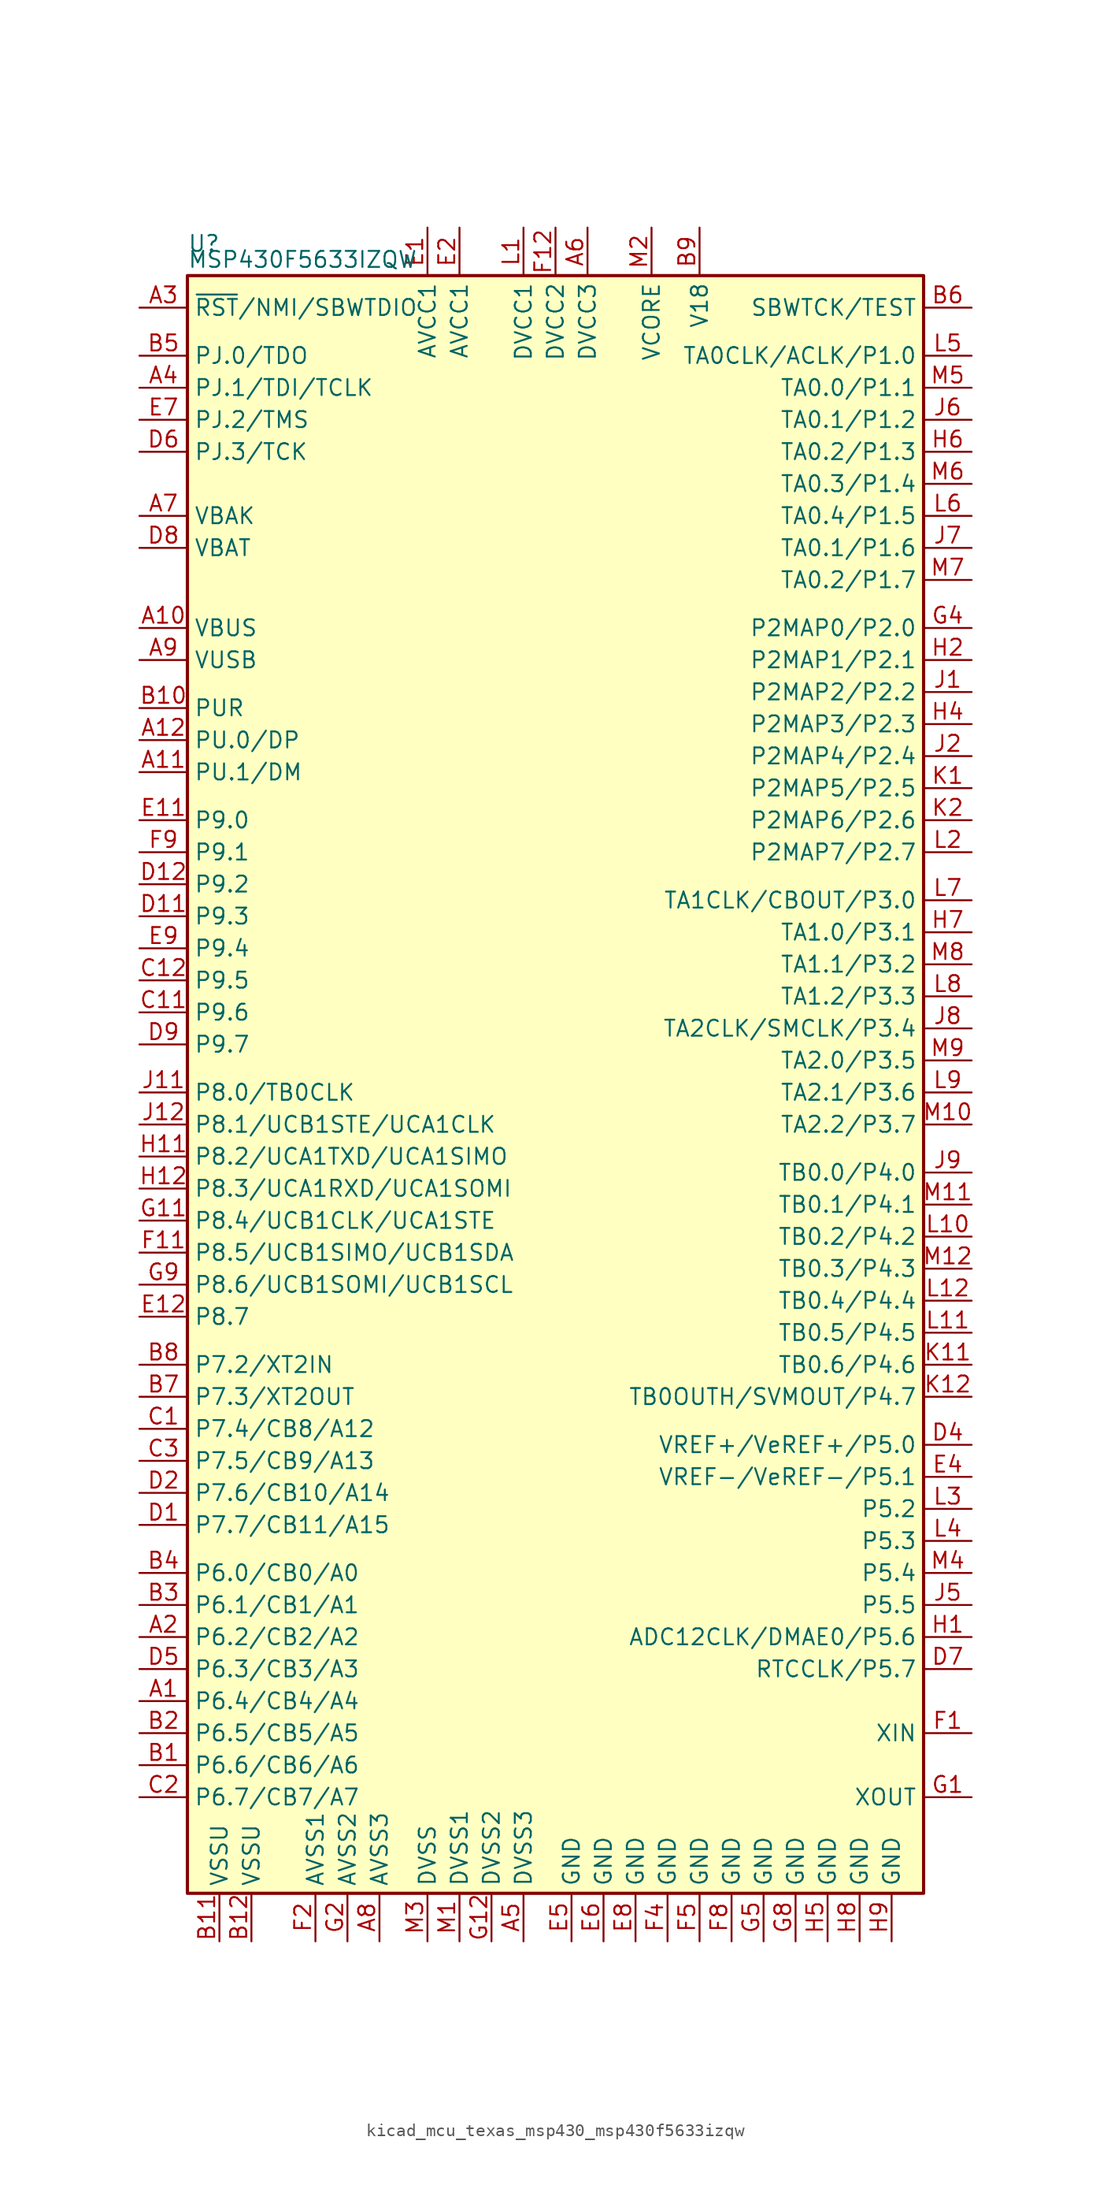
<source format=kicad_sym>
(kicad_symbol_lib
  (version 20220914)
  (generator kicad_symbol_editor)
  (symbol "kicad_mcu_texas_msp430_msp430f5633izqw"
    (property "Reference" "U"
      (at -29.21 66.04 0)
      (effects (font (size 1.27 1.27)) (justify left)))
    (property "Value" "MSP430F5633IZQW"
      (at -29.21 64.77 0)
      (effects (font (size 1.27 1.27)) (justify left)))
    (symbol "kicad_mcu_texas_msp430_msp430f5633izqw_0_1"
      (rectangle (start -29.21 63.5) (end 29.21 -64.77) (stroke (width 0.254) (type default)) (fill (type background))))
    (symbol "kicad_mcu_texas_msp430_msp430f5633izqw_1_1"
      (pin bidirectional line (at -33.02 -49.53 0) (length 3.81) (name "P6.4/CB4/A4" (effects (font (size 1.27 1.27)))) (number "A1" (effects (font (size 1.27 1.27)))))
      (pin bidirectional line (at -33.02 35.56 0) (length 3.81) (name "VBUS" (effects (font (size 1.27 1.27)))) (number "A10" (effects (font (size 1.27 1.27)))))
      (pin bidirectional line (at -33.02 24.13 0) (length 3.81) (name "PU.1/DM" (effects (font (size 1.27 1.27)))) (number "A11" (effects (font (size 1.27 1.27)))))
      (pin bidirectional line (at -33.02 26.67 0) (length 3.81) (name "PU.0/DP" (effects (font (size 1.27 1.27)))) (number "A12" (effects (font (size 1.27 1.27)))))
      (pin bidirectional line (at -33.02 -44.45 0) (length 3.81) (name "P6.2/CB2/A2" (effects (font (size 1.27 1.27)))) (number "A2" (effects (font (size 1.27 1.27)))))
      (pin input line (at -33.02 60.96 0) (length 3.81) (name "~{RST}/NMI/SBWTDIO" (effects (font (size 1.27 1.27)))) (number "A3" (effects (font (size 1.27 1.27)))))
      (pin bidirectional line (at -33.02 54.61 0) (length 3.81) (name "PJ.1/TDI/TCLK" (effects (font (size 1.27 1.27)))) (number "A4" (effects (font (size 1.27 1.27)))))
      (pin power_in line (at -2.54 -68.58 90) (length 3.81) (name "DVSS3" (effects (font (size 1.27 1.27)))) (number "A5" (effects (font (size 1.27 1.27)))))
      (pin power_in line (at 2.54 67.31 270) (length 3.81) (name "DVCC3" (effects (font (size 1.27 1.27)))) (number "A6" (effects (font (size 1.27 1.27)))))
      (pin bidirectional line (at -33.02 44.45 0) (length 3.81) (name "VBAK" (effects (font (size 1.27 1.27)))) (number "A7" (effects (font (size 1.27 1.27)))))
      (pin power_in line (at -13.97 -68.58 90) (length 3.81) (name "AVSS3" (effects (font (size 1.27 1.27)))) (number "A8" (effects (font (size 1.27 1.27)))))
      (pin bidirectional line (at -33.02 33.02 0) (length 3.81) (name "VUSB" (effects (font (size 1.27 1.27)))) (number "A9" (effects (font (size 1.27 1.27)))))
      (pin bidirectional line (at -33.02 -54.61 0) (length 3.81) (name "P6.6/CB6/A6" (effects (font (size 1.27 1.27)))) (number "B1" (effects (font (size 1.27 1.27)))))
      (pin bidirectional line (at -33.02 29.21 0) (length 3.81) (name "PUR" (effects (font (size 1.27 1.27)))) (number "B10" (effects (font (size 1.27 1.27)))))
      (pin power_in line (at -26.67 -68.58 90) (length 3.81) (name "VSSU" (effects (font (size 1.27 1.27)))) (number "B11" (effects (font (size 1.27 1.27)))))
      (pin power_in line (at -24.13 -68.58 90) (length 3.81) (name "VSSU" (effects (font (size 1.27 1.27)))) (number "B12" (effects (font (size 1.27 1.27)))))
      (pin bidirectional line (at -33.02 -52.07 0) (length 3.81) (name "P6.5/CB5/A5" (effects (font (size 1.27 1.27)))) (number "B2" (effects (font (size 1.27 1.27)))))
      (pin bidirectional line (at -33.02 -41.91 0) (length 3.81) (name "P6.1/CB1/A1" (effects (font (size 1.27 1.27)))) (number "B3" (effects (font (size 1.27 1.27)))))
      (pin bidirectional line (at -33.02 -39.37 0) (length 3.81) (name "P6.0/CB0/A0" (effects (font (size 1.27 1.27)))) (number "B4" (effects (font (size 1.27 1.27)))))
      (pin bidirectional line (at -33.02 57.15 0) (length 3.81) (name "PJ.0/TDO" (effects (font (size 1.27 1.27)))) (number "B5" (effects (font (size 1.27 1.27)))))
      (pin input line (at 33.02 60.96 180) (length 3.81) (name "SBWTCK/TEST" (effects (font (size 1.27 1.27)))) (number "B6" (effects (font (size 1.27 1.27)))))
      (pin bidirectional line (at -33.02 -25.4 0) (length 3.81) (name "P7.3/XT2OUT" (effects (font (size 1.27 1.27)))) (number "B7" (effects (font (size 1.27 1.27)))))
      (pin bidirectional line (at -33.02 -22.86 0) (length 3.81) (name "P7.2/XT2IN" (effects (font (size 1.27 1.27)))) (number "B8" (effects (font (size 1.27 1.27)))))
      (pin passive line (at 11.43 67.31 270) (length 3.81) (name "V18" (effects (font (size 1.27 1.27)))) (number "B9" (effects (font (size 1.27 1.27)))))
      (pin bidirectional line (at -33.02 -27.94 0) (length 3.81) (name "P7.4/CB8/A12" (effects (font (size 1.27 1.27)))) (number "C1" (effects (font (size 1.27 1.27)))))
      (pin bidirectional line (at -33.02 5.08 0) (length 3.81) (name "P9.6" (effects (font (size 1.27 1.27)))) (number "C11" (effects (font (size 1.27 1.27)))))
      (pin bidirectional line (at -33.02 7.62 0) (length 3.81) (name "P9.5" (effects (font (size 1.27 1.27)))) (number "C12" (effects (font (size 1.27 1.27)))))
      (pin bidirectional line (at -33.02 -57.15 0) (length 3.81) (name "P6.7/CB7/A7" (effects (font (size 1.27 1.27)))) (number "C2" (effects (font (size 1.27 1.27)))))
      (pin bidirectional line (at -33.02 -30.48 0) (length 3.81) (name "P7.5/CB9/A13" (effects (font (size 1.27 1.27)))) (number "C3" (effects (font (size 1.27 1.27)))))
      (pin bidirectional line (at -33.02 -35.56 0) (length 3.81) (name "P7.7/CB11/A15" (effects (font (size 1.27 1.27)))) (number "D1" (effects (font (size 1.27 1.27)))))
      (pin bidirectional line (at -33.02 12.7 0) (length 3.81) (name "P9.3" (effects (font (size 1.27 1.27)))) (number "D11" (effects (font (size 1.27 1.27)))))
      (pin bidirectional line (at -33.02 15.24 0) (length 3.81) (name "P9.2" (effects (font (size 1.27 1.27)))) (number "D12" (effects (font (size 1.27 1.27)))))
      (pin bidirectional line (at -33.02 -33.02 0) (length 3.81) (name "P7.6/CB10/A14" (effects (font (size 1.27 1.27)))) (number "D2" (effects (font (size 1.27 1.27)))))
      (pin bidirectional line (at 33.02 -29.21 180) (length 3.81) (name "VREF+/VeREF+/P5.0" (effects (font (size 1.27 1.27)))) (number "D4" (effects (font (size 1.27 1.27)))))
      (pin bidirectional line (at -33.02 -46.99 0) (length 3.81) (name "P6.3/CB3/A3" (effects (font (size 1.27 1.27)))) (number "D5" (effects (font (size 1.27 1.27)))))
      (pin bidirectional line (at -33.02 49.53 0) (length 3.81) (name "PJ.3/TCK" (effects (font (size 1.27 1.27)))) (number "D6" (effects (font (size 1.27 1.27)))))
      (pin bidirectional line (at 33.02 -46.99 180) (length 3.81) (name "RTCCLK/P5.7" (effects (font (size 1.27 1.27)))) (number "D7" (effects (font (size 1.27 1.27)))))
      (pin bidirectional line (at -33.02 41.91 0) (length 3.81) (name "VBAT" (effects (font (size 1.27 1.27)))) (number "D8" (effects (font (size 1.27 1.27)))))
      (pin bidirectional line (at -33.02 2.54 0) (length 3.81) (name "P9.7" (effects (font (size 1.27 1.27)))) (number "D9" (effects (font (size 1.27 1.27)))))
      (pin power_in line (at -10.16 67.31 270) (length 3.81) (name "AVCC1" (effects (font (size 1.27 1.27)))) (number "E1" (effects (font (size 1.27 1.27)))))
      (pin bidirectional line (at -33.02 20.32 0) (length 3.81) (name "P9.0" (effects (font (size 1.27 1.27)))) (number "E11" (effects (font (size 1.27 1.27)))))
      (pin bidirectional line (at -33.02 -19.05 0) (length 3.81) (name "P8.7" (effects (font (size 1.27 1.27)))) (number "E12" (effects (font (size 1.27 1.27)))))
      (pin power_in line (at -7.62 67.31 270) (length 3.81) (name "AVCC1" (effects (font (size 1.27 1.27)))) (number "E2" (effects (font (size 1.27 1.27)))))
      (pin bidirectional line (at 33.02 -31.75 180) (length 3.81) (name "VREF-/VeREF-/P5.1" (effects (font (size 1.27 1.27)))) (number "E4" (effects (font (size 1.27 1.27)))))
      (pin power_in line (at 1.27 -68.58 90) (length 3.81) (name "GND" (effects (font (size 1.27 1.27)))) (number "E5" (effects (font (size 1.27 1.27)))))
      (pin power_in line (at 3.81 -68.58 90) (length 3.81) (name "GND" (effects (font (size 1.27 1.27)))) (number "E6" (effects (font (size 1.27 1.27)))))
      (pin bidirectional line (at -33.02 52.07 0) (length 3.81) (name "PJ.2/TMS" (effects (font (size 1.27 1.27)))) (number "E7" (effects (font (size 1.27 1.27)))))
      (pin power_in line (at 6.35 -68.58 90) (length 3.81) (name "GND" (effects (font (size 1.27 1.27)))) (number "E8" (effects (font (size 1.27 1.27)))))
      (pin bidirectional line (at -33.02 10.16 0) (length 3.81) (name "P9.4" (effects (font (size 1.27 1.27)))) (number "E9" (effects (font (size 1.27 1.27)))))
      (pin bidirectional line (at 33.02 -52.07 180) (length 3.81) (name "XIN" (effects (font (size 1.27 1.27)))) (number "F1" (effects (font (size 1.27 1.27)))))
      (pin bidirectional line (at -33.02 -13.97 0) (length 3.81) (name "P8.5/UCB1SIMO/UCB1SDA" (effects (font (size 1.27 1.27)))) (number "F11" (effects (font (size 1.27 1.27)))))
      (pin power_in line (at 0 67.31 270) (length 3.81) (name "DVCC2" (effects (font (size 1.27 1.27)))) (number "F12" (effects (font (size 1.27 1.27)))))
      (pin power_in line (at -19.05 -68.58 90) (length 3.81) (name "AVSS1" (effects (font (size 1.27 1.27)))) (number "F2" (effects (font (size 1.27 1.27)))))
      (pin power_in line (at 8.89 -68.58 90) (length 3.81) (name "GND" (effects (font (size 1.27 1.27)))) (number "F4" (effects (font (size 1.27 1.27)))))
      (pin power_in line (at 11.43 -68.58 90) (length 3.81) (name "GND" (effects (font (size 1.27 1.27)))) (number "F5" (effects (font (size 1.27 1.27)))))
      (pin power_in line (at 13.97 -68.58 90) (length 3.81) (name "GND" (effects (font (size 1.27 1.27)))) (number "F8" (effects (font (size 1.27 1.27)))))
      (pin bidirectional line (at -33.02 17.78 0) (length 3.81) (name "P9.1" (effects (font (size 1.27 1.27)))) (number "F9" (effects (font (size 1.27 1.27)))))
      (pin bidirectional line (at 33.02 -57.15 180) (length 3.81) (name "XOUT" (effects (font (size 1.27 1.27)))) (number "G1" (effects (font (size 1.27 1.27)))))
      (pin bidirectional line (at -33.02 -11.43 0) (length 3.81) (name "P8.4/UCB1CLK/UCA1STE" (effects (font (size 1.27 1.27)))) (number "G11" (effects (font (size 1.27 1.27)))))
      (pin power_in line (at -5.08 -68.58 90) (length 3.81) (name "DVSS2" (effects (font (size 1.27 1.27)))) (number "G12" (effects (font (size 1.27 1.27)))))
      (pin power_in line (at -16.51 -68.58 90) (length 3.81) (name "AVSS2" (effects (font (size 1.27 1.27)))) (number "G2" (effects (font (size 1.27 1.27)))))
      (pin bidirectional line (at 33.02 35.56 180) (length 3.81) (name "P2MAP0/P2.0" (effects (font (size 1.27 1.27)))) (number "G4" (effects (font (size 1.27 1.27)))))
      (pin power_in line (at 16.51 -68.58 90) (length 3.81) (name "GND" (effects (font (size 1.27 1.27)))) (number "G5" (effects (font (size 1.27 1.27)))))
      (pin power_in line (at 19.05 -68.58 90) (length 3.81) (name "GND" (effects (font (size 1.27 1.27)))) (number "G8" (effects (font (size 1.27 1.27)))))
      (pin bidirectional line (at -33.02 -16.51 0) (length 3.81) (name "P8.6/UCB1SOMI/UCB1SCL" (effects (font (size 1.27 1.27)))) (number "G9" (effects (font (size 1.27 1.27)))))
      (pin bidirectional line (at 33.02 -44.45 180) (length 3.81) (name "ADC12CLK/DMAE0/P5.6" (effects (font (size 1.27 1.27)))) (number "H1" (effects (font (size 1.27 1.27)))))
      (pin bidirectional line (at -33.02 -6.35 0) (length 3.81) (name "P8.2/UCA1TXD/UCA1SIMO" (effects (font (size 1.27 1.27)))) (number "H11" (effects (font (size 1.27 1.27)))))
      (pin bidirectional line (at -33.02 -8.89 0) (length 3.81) (name "P8.3/UCA1RXD/UCA1SOMI" (effects (font (size 1.27 1.27)))) (number "H12" (effects (font (size 1.27 1.27)))))
      (pin bidirectional line (at 33.02 33.02 180) (length 3.81) (name "P2MAP1/P2.1" (effects (font (size 1.27 1.27)))) (number "H2" (effects (font (size 1.27 1.27)))))
      (pin bidirectional line (at 33.02 27.94 180) (length 3.81) (name "P2MAP3/P2.3" (effects (font (size 1.27 1.27)))) (number "H4" (effects (font (size 1.27 1.27)))))
      (pin power_in line (at 21.59 -68.58 90) (length 3.81) (name "GND" (effects (font (size 1.27 1.27)))) (number "H5" (effects (font (size 1.27 1.27)))))
      (pin bidirectional line (at 33.02 49.53 180) (length 3.81) (name "TA0.2/P1.3" (effects (font (size 1.27 1.27)))) (number "H6" (effects (font (size 1.27 1.27)))))
      (pin bidirectional line (at 33.02 11.43 180) (length 3.81) (name "TA1.0/P3.1" (effects (font (size 1.27 1.27)))) (number "H7" (effects (font (size 1.27 1.27)))))
      (pin power_in line (at 24.13 -68.58 90) (length 3.81) (name "GND" (effects (font (size 1.27 1.27)))) (number "H8" (effects (font (size 1.27 1.27)))))
      (pin power_in line (at 26.67 -68.58 90) (length 3.81) (name "GND" (effects (font (size 1.27 1.27)))) (number "H9" (effects (font (size 1.27 1.27)))))
      (pin bidirectional line (at 33.02 30.48 180) (length 3.81) (name "P2MAP2/P2.2" (effects (font (size 1.27 1.27)))) (number "J1" (effects (font (size 1.27 1.27)))))
      (pin bidirectional line (at -33.02 -1.27 0) (length 3.81) (name "P8.0/TB0CLK" (effects (font (size 1.27 1.27)))) (number "J11" (effects (font (size 1.27 1.27)))))
      (pin bidirectional line (at -33.02 -3.81 0) (length 3.81) (name "P8.1/UCB1STE/UCA1CLK" (effects (font (size 1.27 1.27)))) (number "J12" (effects (font (size 1.27 1.27)))))
      (pin bidirectional line (at 33.02 25.4 180) (length 3.81) (name "P2MAP4/P2.4" (effects (font (size 1.27 1.27)))) (number "J2" (effects (font (size 1.27 1.27)))))
      (pin bidirectional line (at 33.02 -41.91 180) (length 3.81) (name "P5.5" (effects (font (size 1.27 1.27)))) (number "J5" (effects (font (size 1.27 1.27)))))
      (pin bidirectional line (at 33.02 52.07 180) (length 3.81) (name "TA0.1/P1.2" (effects (font (size 1.27 1.27)))) (number "J6" (effects (font (size 1.27 1.27)))))
      (pin bidirectional line (at 33.02 41.91 180) (length 3.81) (name "TA0.1/P1.6" (effects (font (size 1.27 1.27)))) (number "J7" (effects (font (size 1.27 1.27)))))
      (pin bidirectional line (at 33.02 3.81 180) (length 3.81) (name "TA2CLK/SMCLK/P3.4" (effects (font (size 1.27 1.27)))) (number "J8" (effects (font (size 1.27 1.27)))))
      (pin bidirectional line (at 33.02 -7.62 180) (length 3.81) (name "TB0.0/P4.0" (effects (font (size 1.27 1.27)))) (number "J9" (effects (font (size 1.27 1.27)))))
      (pin bidirectional line (at 33.02 22.86 180) (length 3.81) (name "P2MAP5/P2.5" (effects (font (size 1.27 1.27)))) (number "K1" (effects (font (size 1.27 1.27)))))
      (pin bidirectional line (at 33.02 -22.86 180) (length 3.81) (name "TB0.6/P4.6" (effects (font (size 1.27 1.27)))) (number "K11" (effects (font (size 1.27 1.27)))))
      (pin bidirectional line (at 33.02 -25.4 180) (length 3.81) (name "TB0OUTH/SVMOUT/P4.7" (effects (font (size 1.27 1.27)))) (number "K12" (effects (font (size 1.27 1.27)))))
      (pin bidirectional line (at 33.02 20.32 180) (length 3.81) (name "P2MAP6/P2.6" (effects (font (size 1.27 1.27)))) (number "K2" (effects (font (size 1.27 1.27)))))
      (pin power_in line (at -2.54 67.31 270) (length 3.81) (name "DVCC1" (effects (font (size 1.27 1.27)))) (number "L1" (effects (font (size 1.27 1.27)))))
      (pin bidirectional line (at 33.02 -12.7 180) (length 3.81) (name "TB0.2/P4.2" (effects (font (size 1.27 1.27)))) (number "L10" (effects (font (size 1.27 1.27)))))
      (pin bidirectional line (at 33.02 -20.32 180) (length 3.81) (name "TB0.5/P4.5" (effects (font (size 1.27 1.27)))) (number "L11" (effects (font (size 1.27 1.27)))))
      (pin bidirectional line (at 33.02 -17.78 180) (length 3.81) (name "TB0.4/P4.4" (effects (font (size 1.27 1.27)))) (number "L12" (effects (font (size 1.27 1.27)))))
      (pin bidirectional line (at 33.02 17.78 180) (length 3.81) (name "P2MAP7/P2.7" (effects (font (size 1.27 1.27)))) (number "L2" (effects (font (size 1.27 1.27)))))
      (pin bidirectional line (at 33.02 -34.29 180) (length 3.81) (name "P5.2" (effects (font (size 1.27 1.27)))) (number "L3" (effects (font (size 1.27 1.27)))))
      (pin bidirectional line (at 33.02 -36.83 180) (length 3.81) (name "P5.3" (effects (font (size 1.27 1.27)))) (number "L4" (effects (font (size 1.27 1.27)))))
      (pin bidirectional line (at 33.02 57.15 180) (length 3.81) (name "TA0CLK/ACLK/P1.0" (effects (font (size 1.27 1.27)))) (number "L5" (effects (font (size 1.27 1.27)))))
      (pin bidirectional line (at 33.02 44.45 180) (length 3.81) (name "TA0.4/P1.5" (effects (font (size 1.27 1.27)))) (number "L6" (effects (font (size 1.27 1.27)))))
      (pin bidirectional line (at 33.02 13.97 180) (length 3.81) (name "TA1CLK/CBOUT/P3.0" (effects (font (size 1.27 1.27)))) (number "L7" (effects (font (size 1.27 1.27)))))
      (pin bidirectional line (at 33.02 6.35 180) (length 3.81) (name "TA1.2/P3.3" (effects (font (size 1.27 1.27)))) (number "L8" (effects (font (size 1.27 1.27)))))
      (pin bidirectional line (at 33.02 -1.27 180) (length 3.81) (name "TA2.1/P3.6" (effects (font (size 1.27 1.27)))) (number "L9" (effects (font (size 1.27 1.27)))))
      (pin power_in line (at -7.62 -68.58 90) (length 3.81) (name "DVSS1" (effects (font (size 1.27 1.27)))) (number "M1" (effects (font (size 1.27 1.27)))))
      (pin bidirectional line (at 33.02 -3.81 180) (length 3.81) (name "TA2.2/P3.7" (effects (font (size 1.27 1.27)))) (number "M10" (effects (font (size 1.27 1.27)))))
      (pin bidirectional line (at 33.02 -10.16 180) (length 3.81) (name "TB0.1/P4.1" (effects (font (size 1.27 1.27)))) (number "M11" (effects (font (size 1.27 1.27)))))
      (pin bidirectional line (at 33.02 -15.24 180) (length 3.81) (name "TB0.3/P4.3" (effects (font (size 1.27 1.27)))) (number "M12" (effects (font (size 1.27 1.27)))))
      (pin bidirectional line (at 7.62 67.31 270) (length 3.81) (name "VCORE" (effects (font (size 1.27 1.27)))) (number "M2" (effects (font (size 1.27 1.27)))))
      (pin power_in line (at -10.16 -68.58 90) (length 3.81) (name "DVSS" (effects (font (size 1.27 1.27)))) (number "M3" (effects (font (size 1.27 1.27)))))
      (pin bidirectional line (at 33.02 -39.37 180) (length 3.81) (name "P5.4" (effects (font (size 1.27 1.27)))) (number "M4" (effects (font (size 1.27 1.27)))))
      (pin bidirectional line (at 33.02 54.61 180) (length 3.81) (name "TA0.0/P1.1" (effects (font (size 1.27 1.27)))) (number "M5" (effects (font (size 1.27 1.27)))))
      (pin bidirectional line (at 33.02 46.99 180) (length 3.81) (name "TA0.3/P1.4" (effects (font (size 1.27 1.27)))) (number "M6" (effects (font (size 1.27 1.27)))))
      (pin bidirectional line (at 33.02 39.37 180) (length 3.81) (name "TA0.2/P1.7" (effects (font (size 1.27 1.27)))) (number "M7" (effects (font (size 1.27 1.27)))))
      (pin bidirectional line (at 33.02 8.89 180) (length 3.81) (name "TA1.1/P3.2" (effects (font (size 1.27 1.27)))) (number "M8" (effects (font (size 1.27 1.27)))))
      (pin bidirectional line (at 33.02 1.27 180) (length 3.81) (name "TA2.0/P3.5" (effects (font (size 1.27 1.27)))) (number "M9" (effects (font (size 1.27 1.27))))))))
</source>
